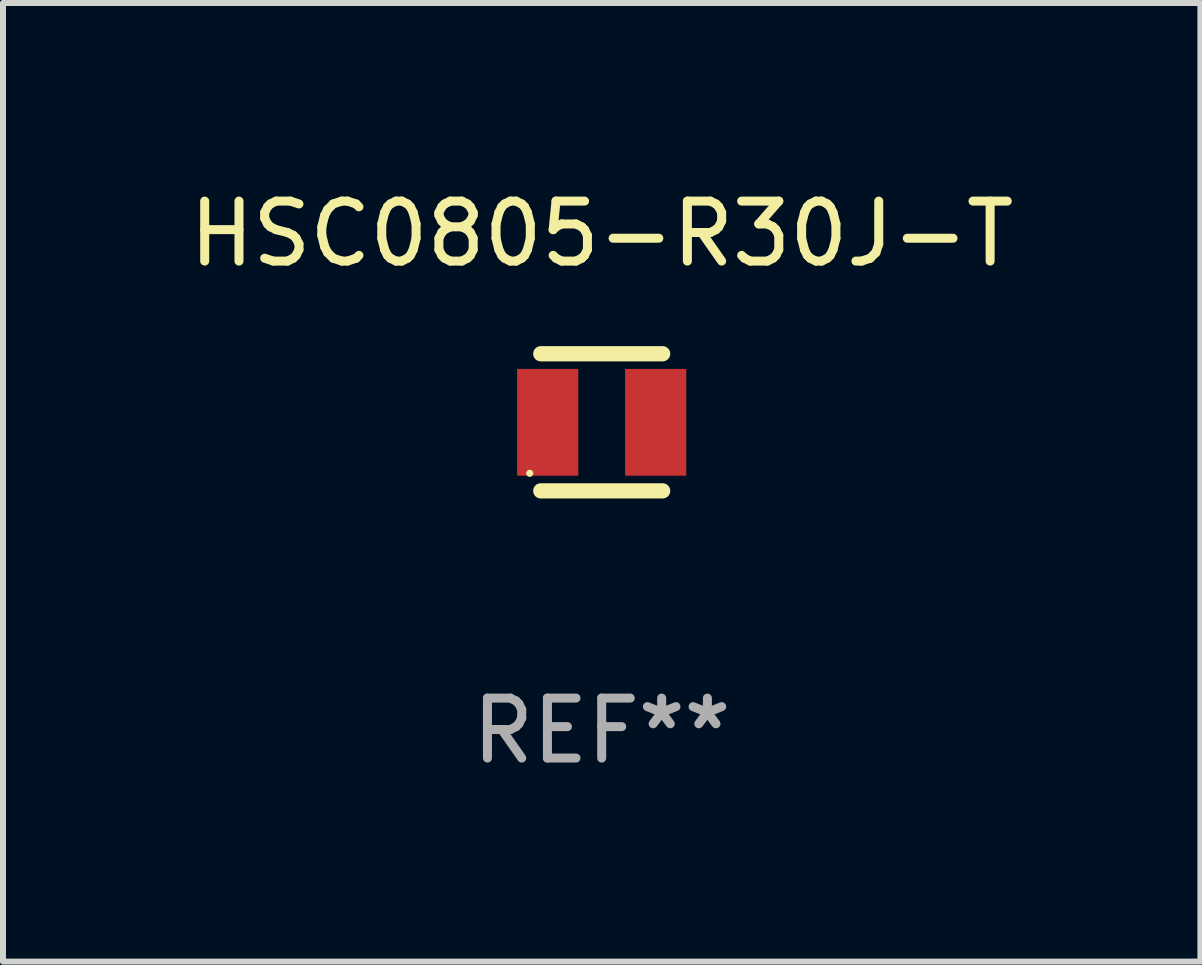
<source format=kicad_pcb>
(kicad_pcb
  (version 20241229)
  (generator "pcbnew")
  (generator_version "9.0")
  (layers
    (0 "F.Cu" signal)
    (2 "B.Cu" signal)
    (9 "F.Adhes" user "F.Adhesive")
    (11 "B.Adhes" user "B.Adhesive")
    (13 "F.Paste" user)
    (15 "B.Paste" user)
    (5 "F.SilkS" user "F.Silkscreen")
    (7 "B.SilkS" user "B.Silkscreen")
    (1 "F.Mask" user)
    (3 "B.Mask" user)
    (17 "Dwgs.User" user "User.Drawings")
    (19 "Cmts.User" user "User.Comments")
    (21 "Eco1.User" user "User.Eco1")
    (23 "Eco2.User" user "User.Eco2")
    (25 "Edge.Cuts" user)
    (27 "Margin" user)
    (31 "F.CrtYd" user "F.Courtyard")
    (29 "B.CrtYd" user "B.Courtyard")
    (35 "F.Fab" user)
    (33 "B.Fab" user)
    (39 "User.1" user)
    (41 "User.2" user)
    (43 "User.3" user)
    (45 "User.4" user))
  (footprint "HSC0805-R30J-T"
    (layer "F.Cu")
    (at 6.982 3.991)
    (property "Reference" "HSC0805-R30J-T" (at 0 -3.143 0) (layer "F.SilkS") (effects (font (size 1 1) (thickness 0.15))))
    (attr through_hole)
    (fp_line (start -1.016 -1.143) (end 1.016 -1.143) (stroke (width 0.254) (type solid)) (layer "F.SilkS"))
    (fp_line (start -1.016 1.143) (end 1.016 1.143) (stroke (width 0.254) (type solid)) (layer "F.SilkS"))
    (fp_circle (center -1.2 0.85) (end -1.17 0.85) (stroke (width 0.06) (type solid)) (fill no) (layer "F.SilkS"))
    (fp_text user "REF**" (at 0 5.143 0) (layer "F.Fab") (effects (font (size 1 1) (thickness 0.15))))
    (pad "1" smd rect (at -0.9 0) (size 1.02 1.78) (layers "F.Cu" "F.Mask" "F.Paste"))
    (pad "2" smd rect (at 0.9 0) (size 1.02 1.78) (layers "F.Cu" "F.Mask" "F.Paste")))
  (gr_rect
    (start -3 -3)
    (end 16.964 12.983)
    (stroke (width 0.1) (type default))
    (fill no)
    (layer "Edge.Cuts")))
</source>
